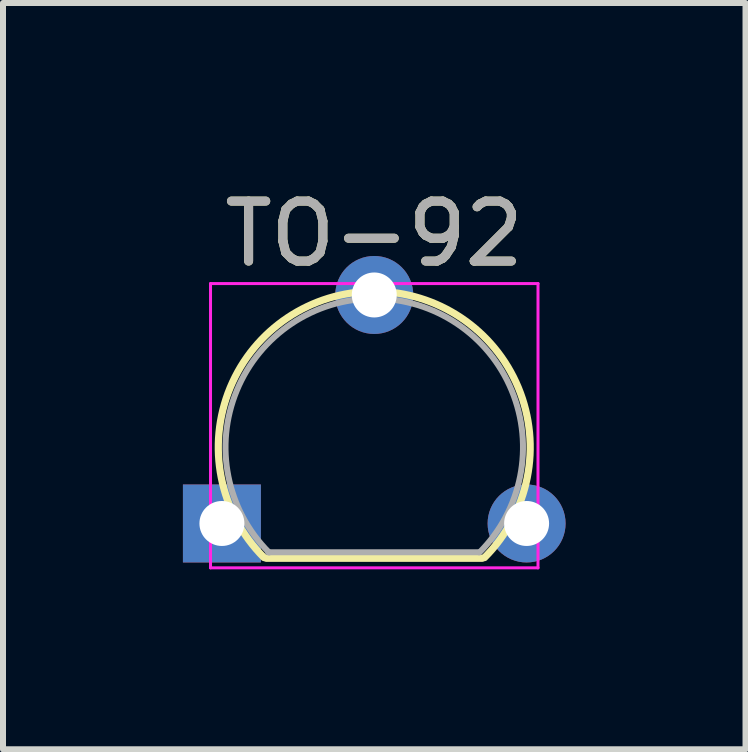
<source format=kicad_pcb>
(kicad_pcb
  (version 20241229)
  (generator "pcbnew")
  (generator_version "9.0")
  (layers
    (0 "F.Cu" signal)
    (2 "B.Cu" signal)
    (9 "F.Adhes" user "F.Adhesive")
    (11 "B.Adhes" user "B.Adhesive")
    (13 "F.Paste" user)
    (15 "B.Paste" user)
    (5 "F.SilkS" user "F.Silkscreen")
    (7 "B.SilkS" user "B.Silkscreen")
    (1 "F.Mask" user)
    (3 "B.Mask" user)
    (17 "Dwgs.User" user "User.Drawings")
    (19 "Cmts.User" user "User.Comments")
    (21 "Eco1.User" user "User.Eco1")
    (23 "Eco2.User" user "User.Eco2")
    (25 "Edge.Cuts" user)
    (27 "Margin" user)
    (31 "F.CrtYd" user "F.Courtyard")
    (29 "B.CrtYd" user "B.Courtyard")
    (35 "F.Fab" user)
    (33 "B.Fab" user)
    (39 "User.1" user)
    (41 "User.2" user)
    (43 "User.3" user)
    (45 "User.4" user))
  (footprint "TO-92"
    (layer "F.Cu")
    (at 1.92 4.408)
    (property "Reference" "TO-92" (at 1.27 -3.56 0) (layer "F.SilkS") (effects (font (size 1 1) (thickness 0.15))))
    (attr through_hole)
    (fp_line (start -0.53 1.85) (end 3.07 1.85) (stroke (width 0.12) (type solid)) (layer "F.SilkS"))
    (fp_arc (start -0.568478 1.838478) (mid -1.132087 -0.994977) (end 1.27 -2.6) (stroke (width 0.12) (type solid)) (layer "F.SilkS"))
    (fp_arc (start 1.27 -2.6) (mid 3.672087 -0.994977) (end 3.108478 1.838478) (stroke (width 0.12) (type solid)) (layer "F.SilkS"))
    (fp_line (start -1.46 -2.73) (end -1.46 2.01) (stroke (width 0.05) (type solid)) (layer "F.CrtYd"))
    (fp_line (start -1.46 -2.73) (end 4 -2.73) (stroke (width 0.05) (type solid)) (layer "F.CrtYd"))
    (fp_line (start 4 2.01) (end -1.46 2.01) (stroke (width 0.05) (type solid)) (layer "F.CrtYd"))
    (fp_line (start 4 2.01) (end 4 -2.73) (stroke (width 0.05) (type solid)) (layer "F.CrtYd"))
    (fp_line (start -0.5 1.75) (end 3 1.75) (stroke (width 0.1) (type solid)) (layer "F.Fab"))
    (fp_arc (start -0.483625 1.753625) (mid -1.021221 -0.949055) (end 1.27 -2.48) (stroke (width 0.1) (type solid)) (layer "F.Fab"))
    (fp_arc (start 1.27 -2.48) (mid 3.561221 -0.949055) (end 3.023625 1.753625) (stroke (width 0.1) (type solid)) (layer "F.Fab"))
    (fp_text user "${REFERENCE}" (at 1.27 -3.56 0) (layer "F.Fab") (effects (font (size 1 1) (thickness 0.15))))
    (pad "1" thru_hole rect (at -1.27 1.27 90) (size 1.3 1.3) (drill 0.75) (layers "*.Cu" "*.Mask"))
    (pad "2" thru_hole circle (at 1.27 -2.54 90) (size 1.3 1.3) (drill 0.75) (layers "*.Cu" "*.Mask"))
    (pad "3" thru_hole circle (at 3.81 1.27 90) (size 1.3 1.3) (drill 0.75) (layers "*.Cu" "*.Mask")))
  (gr_rect
    (start -3 -3)
    (end 9.38 9.443)
    (stroke (width 0.1) (type default))
    (fill no)
    (layer "Edge.Cuts")))
</source>
